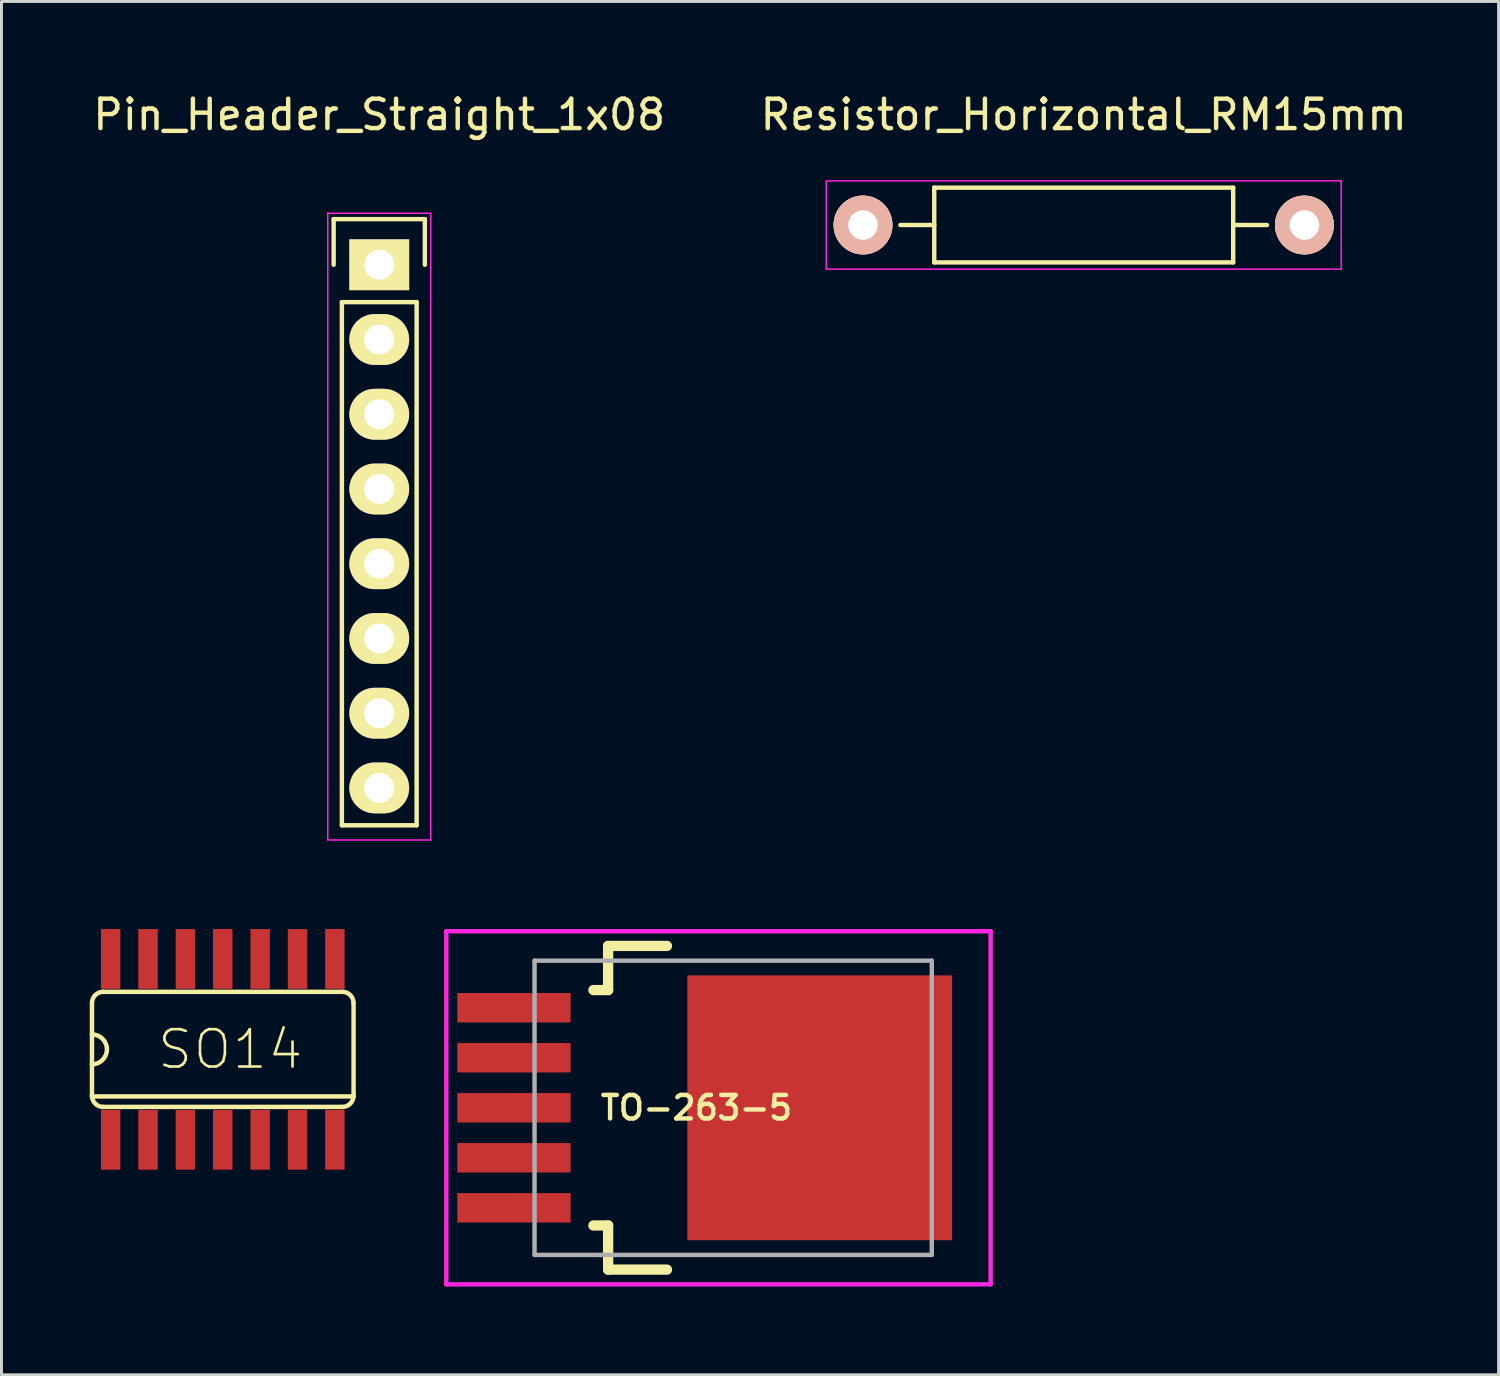
<source format=kicad_pcb>
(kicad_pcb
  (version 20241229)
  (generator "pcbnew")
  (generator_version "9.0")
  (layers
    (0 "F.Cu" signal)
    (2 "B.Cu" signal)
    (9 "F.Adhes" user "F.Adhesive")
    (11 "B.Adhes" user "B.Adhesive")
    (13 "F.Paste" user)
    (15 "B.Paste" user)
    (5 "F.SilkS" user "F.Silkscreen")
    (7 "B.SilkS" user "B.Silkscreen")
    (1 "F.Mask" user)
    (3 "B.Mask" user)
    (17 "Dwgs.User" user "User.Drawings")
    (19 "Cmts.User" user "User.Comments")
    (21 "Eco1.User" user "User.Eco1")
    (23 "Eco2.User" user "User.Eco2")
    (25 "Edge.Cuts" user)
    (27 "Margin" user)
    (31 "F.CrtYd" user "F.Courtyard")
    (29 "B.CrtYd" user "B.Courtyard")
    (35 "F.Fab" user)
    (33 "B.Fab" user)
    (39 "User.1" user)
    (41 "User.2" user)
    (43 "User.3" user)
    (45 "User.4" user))
  (footprint "Resistor_Horizontal_RM15mm"
    (layer "F.Cu")
    (at 26.28 4.597)
    (property "Reference" "Resistor_Horizontal_RM15mm" (at 7.5 -3.749 0) (layer "F.SilkS") (effects (font (size 1 1) (thickness 0.15))))
    (attr through_hole)
    (fp_line (start 1.27 0) (end 2.42 0) (stroke (width 0.15) (type solid)) (layer "F.SilkS"))
    (fp_line (start 2.42 -1.27) (end 2.42 1.27) (stroke (width 0.15) (type solid)) (layer "F.SilkS"))
    (fp_line (start 2.42 1.27) (end 12.58 1.27) (stroke (width 0.15) (type solid)) (layer "F.SilkS"))
    (fp_line (start 12.58 -1.27) (end 2.42 -1.27) (stroke (width 0.15) (type solid)) (layer "F.SilkS"))
    (fp_line (start 12.58 1.27) (end 12.58 -1.27) (stroke (width 0.15) (type solid)) (layer "F.SilkS"))
    (fp_line (start 13.73 0) (end 12.58 0) (stroke (width 0.15) (type solid)) (layer "F.SilkS"))
    (fp_line (start -1.25 -1.5) (end 16.25 -1.5) (stroke (width 0.05) (type solid)) (layer "F.CrtYd"))
    (fp_line (start -1.25 1.5) (end -1.25 -1.5) (stroke (width 0.05) (type solid)) (layer "F.CrtYd"))
    (fp_line (start 16.25 -1.5) (end 16.25 1.5) (stroke (width 0.05) (type solid)) (layer "F.CrtYd"))
    (fp_line (start 16.25 1.5) (end -1.25 1.5) (stroke (width 0.05) (type solid)) (layer "F.CrtYd"))
    (pad "1" thru_hole circle (at 0 0) (size 1.999 1.999) (drill 1.001) (layers "*.Cu" "*.SilkS" "*.Mask"))
    (pad "2" thru_hole circle (at 15 0) (size 1.999 1.999) (drill 1.001) (layers "*.Cu" "*.SilkS" "*.Mask")))
  (footprint "SO14"
    (layer "F.Cu")
    (at 4.521 32.613)
    (property "Reference" "SO14" (at 0.254 0 0) (layer "F.SilkS") (effects (font (size 1.27 1.27) (thickness 0.089))))
    (attr smd)
    (fp_line (start -4.445 -1.575) (end -4.445 1.575) (stroke (width 0.152) (type solid)) (layer "F.SilkS"))
    (fp_line (start -4.445 1.6) (end 4.445 1.6) (stroke (width 0.152) (type solid)) (layer "F.SilkS"))
    (fp_line (start -4.064 -1.956) (end -3.556 -1.956) (stroke (width 0.066) (type solid)) (layer "F.SilkS"))
    (fp_line (start -4.064 1.956) (end -3.556 1.956) (stroke (width 0.066) (type solid)) (layer "F.SilkS"))
    (fp_line (start -4.064 1.956) (end 4.064 1.956) (stroke (width 0.152) (type solid)) (layer "F.SilkS"))
    (fp_line (start -2.794 1.956) (end -2.286 1.956) (stroke (width 0.066) (type solid)) (layer "F.SilkS"))
    (fp_line (start -1.524 1.93) (end -1.016 1.93) (stroke (width 0.066) (type solid)) (layer "F.SilkS"))
    (fp_line (start -0.254 1.956) (end 0.254 1.956) (stroke (width 0.066) (type solid)) (layer "F.SilkS"))
    (fp_line (start 1.016 1.956) (end 1.524 1.956) (stroke (width 0.066) (type solid)) (layer "F.SilkS"))
    (fp_line (start 2.286 1.956) (end 2.794 1.956) (stroke (width 0.066) (type solid)) (layer "F.SilkS"))
    (fp_line (start 3.556 1.956) (end 4.064 1.956) (stroke (width 0.066) (type solid)) (layer "F.SilkS"))
    (fp_line (start 4.064 -1.956) (end -4.064 -1.956) (stroke (width 0.152) (type solid)) (layer "F.SilkS"))
    (fp_line (start 4.445 1.575) (end 4.445 -1.575) (stroke (width 0.152) (type solid)) (layer "F.SilkS"))
    (fp_arc (start -4.445 -1.5748) (mid -4.333408 -1.844208) (end -4.064 -1.9558) (stroke (width 0.1524) (type solid)) (layer "F.SilkS"))
    (fp_arc (start -4.445 -0.508) (mid -3.937 0) (end -4.445 0.508) (stroke (width 0.1524) (type solid)) (layer "F.SilkS"))
    (fp_arc (start -4.064 1.9558) (mid -4.333408 1.844208) (end -4.445 1.5748) (stroke (width 0.1524) (type solid)) (layer "F.SilkS"))
    (fp_arc (start 4.064 -1.9558) (mid 4.333408 -1.844208) (end 4.445 -1.5748) (stroke (width 0.1524) (type solid)) (layer "F.SilkS"))
    (fp_arc (start 4.445 1.5748) (mid 4.333408 1.844208) (end 4.064 1.9558) (stroke (width 0.1524) (type solid)) (layer "F.SilkS"))
    (pad "1" smd rect (at -3.81 3.073) (size 0.66 2.032) (layers "F.Cu" "F.Mask" "F.Paste"))
    (pad "2" smd rect (at -2.54 3.073) (size 0.66 2.032) (layers "F.Cu" "F.Mask" "F.Paste"))
    (pad "3" smd rect (at -1.27 3.073) (size 0.66 2.032) (layers "F.Cu" "F.Mask" "F.Paste"))
    (pad "4" smd rect (at 0 3.073) (size 0.66 2.032) (layers "F.Cu" "F.Mask" "F.Paste"))
    (pad "5" smd rect (at 1.27 3.073) (size 0.66 2.032) (layers "F.Cu" "F.Mask" "F.Paste"))
    (pad "6" smd rect (at 2.54 3.073) (size 0.66 2.032) (layers "F.Cu" "F.Mask" "F.Paste"))
    (pad "7" smd rect (at 3.81 3.073) (size 0.66 2.032) (layers "F.Cu" "F.Mask" "F.Paste"))
    (pad "8" smd rect (at 3.81 -3.073) (size 0.66 2.032) (layers "F.Cu" "F.Mask" "F.Paste"))
    (pad "9" smd rect (at 2.54 -3.073) (size 0.66 2.032) (layers "F.Cu" "F.Mask" "F.Paste"))
    (pad "10" smd rect (at 1.27 -3.073) (size 0.66 2.032) (layers "F.Cu" "F.Mask" "F.Paste"))
    (pad "11" smd rect (at 0 -3.073) (size 0.66 2.032) (layers "F.Cu" "F.Mask" "F.Paste"))
    (pad "12" smd rect (at -1.27 -3.073) (size 0.66 2.032) (layers "F.Cu" "F.Mask" "F.Paste"))
    (pad "13" smd rect (at -2.54 -3.073) (size 0.66 2.032) (layers "F.Cu" "F.Mask" "F.Paste"))
    (pad "14" smd rect (at -3.81 -3.073) (size 0.66 2.032) (layers "F.Cu" "F.Mask" "F.Paste")))
  (footprint "Pin_Header_Straight_1x08"
    (layer "F.Cu")
    (at 9.839 5.948)
    (property "Reference" "Pin_Header_Straight_1x08" (at 0 -5.1 0) (layer "F.SilkS") (effects (font (size 1 1) (thickness 0.15))))
    (attr through_hole)
    (fp_line (start -1.55 -1.55) (end 1.55 -1.55) (stroke (width 0.15) (type solid)) (layer "F.SilkS"))
    (fp_line (start -1.55 0) (end -1.55 -1.55) (stroke (width 0.15) (type solid)) (layer "F.SilkS"))
    (fp_line (start -1.27 19.05) (end -1.27 1.27) (stroke (width 0.15) (type solid)) (layer "F.SilkS"))
    (fp_line (start 1.27 1.27) (end -1.27 1.27) (stroke (width 0.15) (type solid)) (layer "F.SilkS"))
    (fp_line (start 1.27 1.27) (end 1.27 19.05) (stroke (width 0.15) (type solid)) (layer "F.SilkS"))
    (fp_line (start 1.27 19.05) (end -1.27 19.05) (stroke (width 0.15) (type solid)) (layer "F.SilkS"))
    (fp_line (start 1.55 -1.55) (end 1.55 0) (stroke (width 0.15) (type solid)) (layer "F.SilkS"))
    (fp_line (start -1.75 -1.75) (end -1.75 19.55) (stroke (width 0.05) (type solid)) (layer "F.CrtYd"))
    (fp_line (start -1.75 -1.75) (end 1.75 -1.75) (stroke (width 0.05) (type solid)) (layer "F.CrtYd"))
    (fp_line (start -1.75 19.55) (end 1.75 19.55) (stroke (width 0.05) (type solid)) (layer "F.CrtYd"))
    (fp_line (start 1.75 -1.75) (end 1.75 19.55) (stroke (width 0.05) (type solid)) (layer "F.CrtYd"))
    (pad "1" thru_hole rect (at 0 0) (size 2.032 1.727) (drill 1.016) (layers "*.Cu" "*.Mask" "F.SilkS"))
    (pad "2" thru_hole oval (at 0 2.54) (size 2.032 1.727) (drill 1.016) (layers "*.Cu" "*.Mask" "F.SilkS"))
    (pad "3" thru_hole oval (at 0 5.08) (size 2.032 1.727) (drill 1.016) (layers "*.Cu" "*.Mask" "F.SilkS"))
    (pad "4" thru_hole oval (at 0 7.62) (size 2.032 1.727) (drill 1.016) (layers "*.Cu" "*.Mask" "F.SilkS"))
    (pad "5" thru_hole oval (at 0 10.16) (size 2.032 1.727) (drill 1.016) (layers "*.Cu" "*.Mask" "F.SilkS"))
    (pad "6" thru_hole oval (at 0 12.7) (size 2.032 1.727) (drill 1.016) (layers "*.Cu" "*.Mask" "F.SilkS"))
    (pad "7" thru_hole oval (at 0 15.24) (size 2.032 1.727) (drill 1.016) (layers "*.Cu" "*.Mask" "F.SilkS"))
    (pad "8" thru_hole oval (at 0 17.78) (size 2.032 1.727) (drill 1.016) (layers "*.Cu" "*.Mask" "F.SilkS")))
  (footprint "TO-263-5"
    (layer "F.Cu")
    (at 20.617 34.598)
    (property "Reference" "TO-263-5" (at 0 0 0) (layer "F.SilkS") (effects (font (size 0.8 0.8) (thickness 0.15))))
    (attr smd)
    (fp_line (start -3 -5.5) (end -3 -4) (stroke (width 0.35) (type solid)) (layer "F.SilkS"))
    (fp_line (start -3 -4) (end -3.5 -4) (stroke (width 0.35) (type solid)) (layer "F.SilkS"))
    (fp_line (start -3 4) (end -3.5 4) (stroke (width 0.35) (type solid)) (layer "F.SilkS"))
    (fp_line (start -3 5.5) (end -3 4) (stroke (width 0.35) (type solid)) (layer "F.SilkS"))
    (fp_line (start -1 -5.5) (end -3 -5.5) (stroke (width 0.35) (type solid)) (layer "F.SilkS"))
    (fp_line (start -1 5.5) (end -3 5.5) (stroke (width 0.35) (type solid)) (layer "F.SilkS"))
    (fp_line (start -8.5 -6) (end 10 -6) (stroke (width 0.15) (type solid)) (layer "F.CrtYd"))
    (fp_line (start -8.5 6) (end -8.5 -6) (stroke (width 0.15) (type solid)) (layer "F.CrtYd"))
    (fp_line (start 10 -6) (end 10 6) (stroke (width 0.15) (type solid)) (layer "F.CrtYd"))
    (fp_line (start 10 6) (end -8.5 6) (stroke (width 0.15) (type solid)) (layer "F.CrtYd"))
    (fp_line (start -5.5 -5) (end 8 -5) (stroke (width 0.15) (type solid)) (layer "F.Fab"))
    (fp_line (start -5.5 5) (end -5.5 -5) (stroke (width 0.15) (type solid)) (layer "F.Fab"))
    (fp_line (start 8 -5) (end 8 5) (stroke (width 0.15) (type solid)) (layer "F.Fab"))
    (fp_line (start 8 5) (end -5.5 5) (stroke (width 0.15) (type solid)) (layer "F.Fab"))
    (pad "" smd rect (at 1.5 -3 180) (size 2.3 2.3) (layers "F.Paste"))
    (pad "" smd rect (at 1.5 0 180) (size 2.3 2.3) (layers "F.Paste"))
    (pad "" smd rect (at 1.5 3 180) (size 2.3 2.3) (layers "F.Paste"))
    (pad "" smd rect (at 5 -3 180) (size 2.3 2.3) (layers "F.Paste"))
    (pad "" smd rect (at 5 0 180) (size 2.3 2.3) (layers "F.Paste"))
    (pad "" smd rect (at 5 3 180) (size 2.3 2.3) (layers "F.Paste"))
    (pad "1" smd rect (at -6.2 -3.4 180) (size 3.85 1) (layers "F.Cu" "F.Mask" "F.Paste"))
    (pad "2" smd rect (at -6.2 -1.7 180) (size 3.85 1) (layers "F.Cu" "F.Mask" "F.Paste"))
    (pad "3" smd rect (at -6.2 0 180) (size 3.85 1) (layers "F.Cu" "F.Mask" "F.Paste"))
    (pad "4" smd rect (at -6.2 1.7 180) (size 3.85 1) (layers "F.Cu" "F.Mask" "F.Paste"))
    (pad "5" smd rect (at -6.2 3.4 180) (size 3.85 1) (layers "F.Cu" "F.Mask" "F.Paste"))
    (pad "6" smd rect (at 4.191 0 180) (size 9 9) (layers "F.Cu" "F.Mask")))
  (gr_rect
    (start -3 -3)
    (end 47.881 43.673)
    (stroke (width 0.1) (type default))
    (fill no)
    (layer "Edge.Cuts")))
</source>
